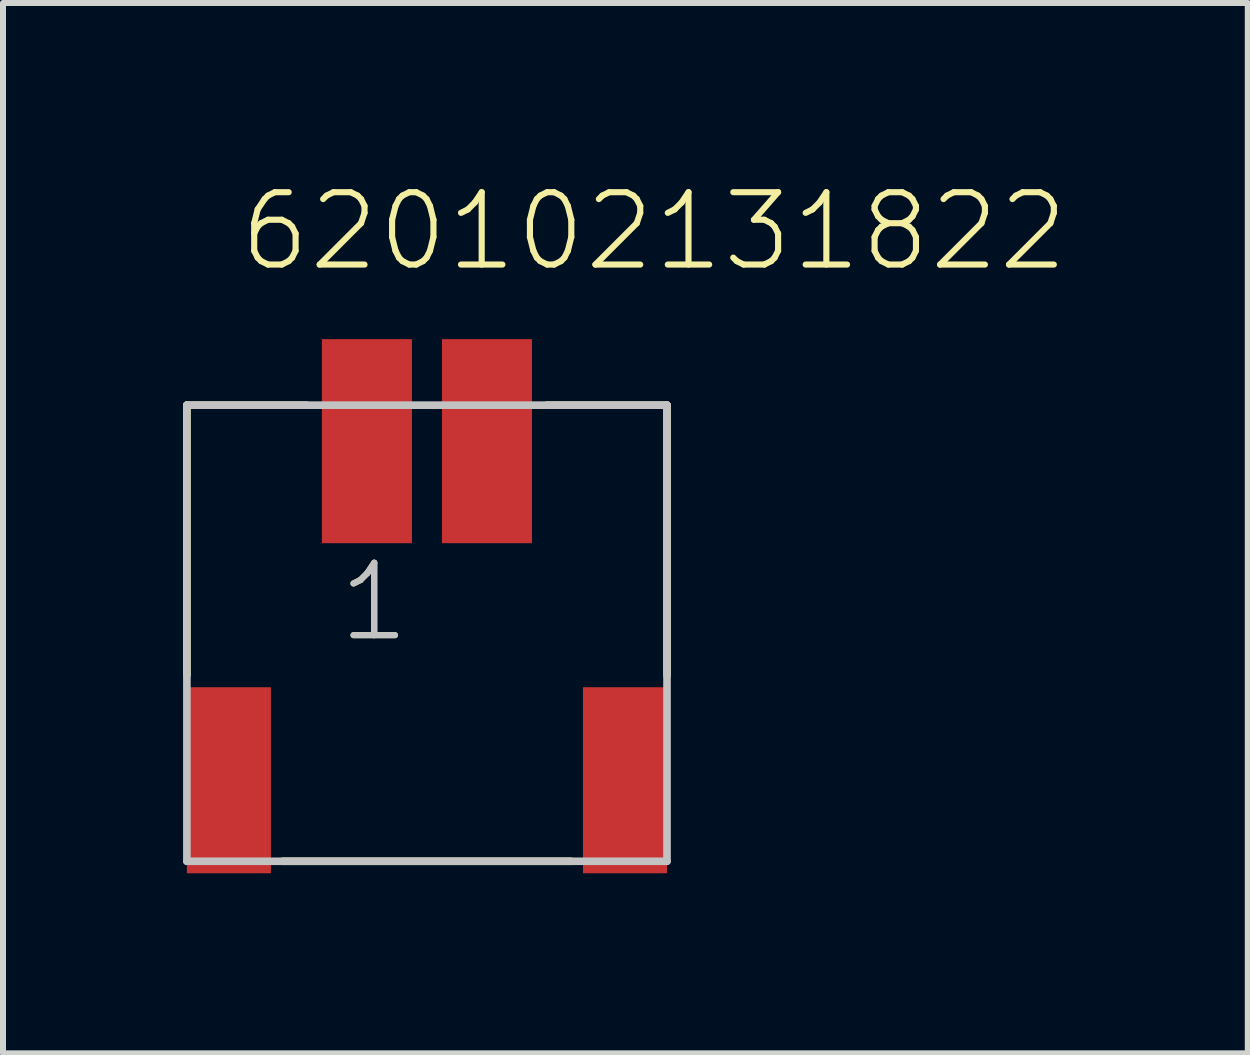
<source format=kicad_pcb>
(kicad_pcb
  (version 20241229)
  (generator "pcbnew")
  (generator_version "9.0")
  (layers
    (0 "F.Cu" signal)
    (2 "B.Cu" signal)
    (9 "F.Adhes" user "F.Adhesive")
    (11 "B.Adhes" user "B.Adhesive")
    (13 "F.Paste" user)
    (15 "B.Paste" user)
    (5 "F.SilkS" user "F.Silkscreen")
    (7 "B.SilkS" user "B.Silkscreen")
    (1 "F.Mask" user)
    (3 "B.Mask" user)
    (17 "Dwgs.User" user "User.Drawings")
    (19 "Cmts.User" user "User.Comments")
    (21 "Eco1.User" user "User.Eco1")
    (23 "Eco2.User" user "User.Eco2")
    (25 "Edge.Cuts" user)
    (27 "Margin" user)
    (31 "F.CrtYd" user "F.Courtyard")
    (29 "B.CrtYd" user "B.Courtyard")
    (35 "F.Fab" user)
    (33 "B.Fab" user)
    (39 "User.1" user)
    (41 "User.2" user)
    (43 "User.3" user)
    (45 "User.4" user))
  (footprint "620102131822"
    (layer "F.Cu")
    (at 4.064 4.301)
    (property "Reference" "620102131822" (at -3.175 -2.79 0) (layer "F.SilkS") (effects (font (size 1.206 1.206) (thickness 0.102)) (justify left bottom)))
    (attr through_hole)
    (fp_line (start -4 -0.6) (end -4 3.9) (stroke (width 0.127) (type solid)) (layer "F.SilkS"))
    (fp_line (start -2.4 7) (end 2.4 7) (stroke (width 0.127) (type solid)) (layer "F.SilkS"))
    (fp_line (start -2 -0.6) (end -4 -0.6) (stroke (width 0.127) (type solid)) (layer "F.SilkS"))
    (fp_line (start 2 -0.6) (end 4 -0.6) (stroke (width 0.127) (type solid)) (layer "F.SilkS"))
    (fp_line (start 4 -0.6) (end 4 3.9) (stroke (width 0.127) (type solid)) (layer "F.SilkS"))
    (fp_line (start -4 -0.6) (end 4 -0.6) (stroke (width 0.127) (type solid)) (layer "Dwgs.User"))
    (fp_line (start -4 7) (end -4 -0.6) (stroke (width 0.127) (type solid)) (layer "Dwgs.User"))
    (fp_line (start 4 -0.6) (end 4 7) (stroke (width 0.127) (type solid)) (layer "Dwgs.User"))
    (fp_line (start 4 7) (end -4 7) (stroke (width 0.127) (type solid)) (layer "Dwgs.User"))
    (fp_text user "1" (at -1.52 3.385 0) (layer "F.SilkS") (effects (font (size 1.206 1.206) (thickness 0.102)) (justify left bottom)))
    (fp_text user "1" (at -1.52 3.385 0) (layer "Dwgs.User") (effects (font (size 1.206 1.206) (thickness 0.102)) (justify left bottom)))
    (pad "1" smd rect (at -1 0 180) (size 1.5 3.4) (layers "F.Cu" "F.Mask" "F.Paste"))
    (pad "2" smd rect (at 1 0 180) (size 1.5 3.4) (layers "F.Cu" "F.Mask" "F.Paste"))
    (pad "Z1" smd rect (at -3.3 5.65 180) (size 1.4 3.1) (layers "F.Cu" "F.Mask" "F.Paste"))
    (pad "Z2" smd rect (at 3.3 5.65 180) (size 1.4 3.1) (layers "F.Cu" "F.Mask" "F.Paste")))
  (gr_rect
    (start -3 -3)
    (end 17.741 14.501)
    (stroke (width 0.1) (type default))
    (fill no)
    (layer "Edge.Cuts")))
</source>
